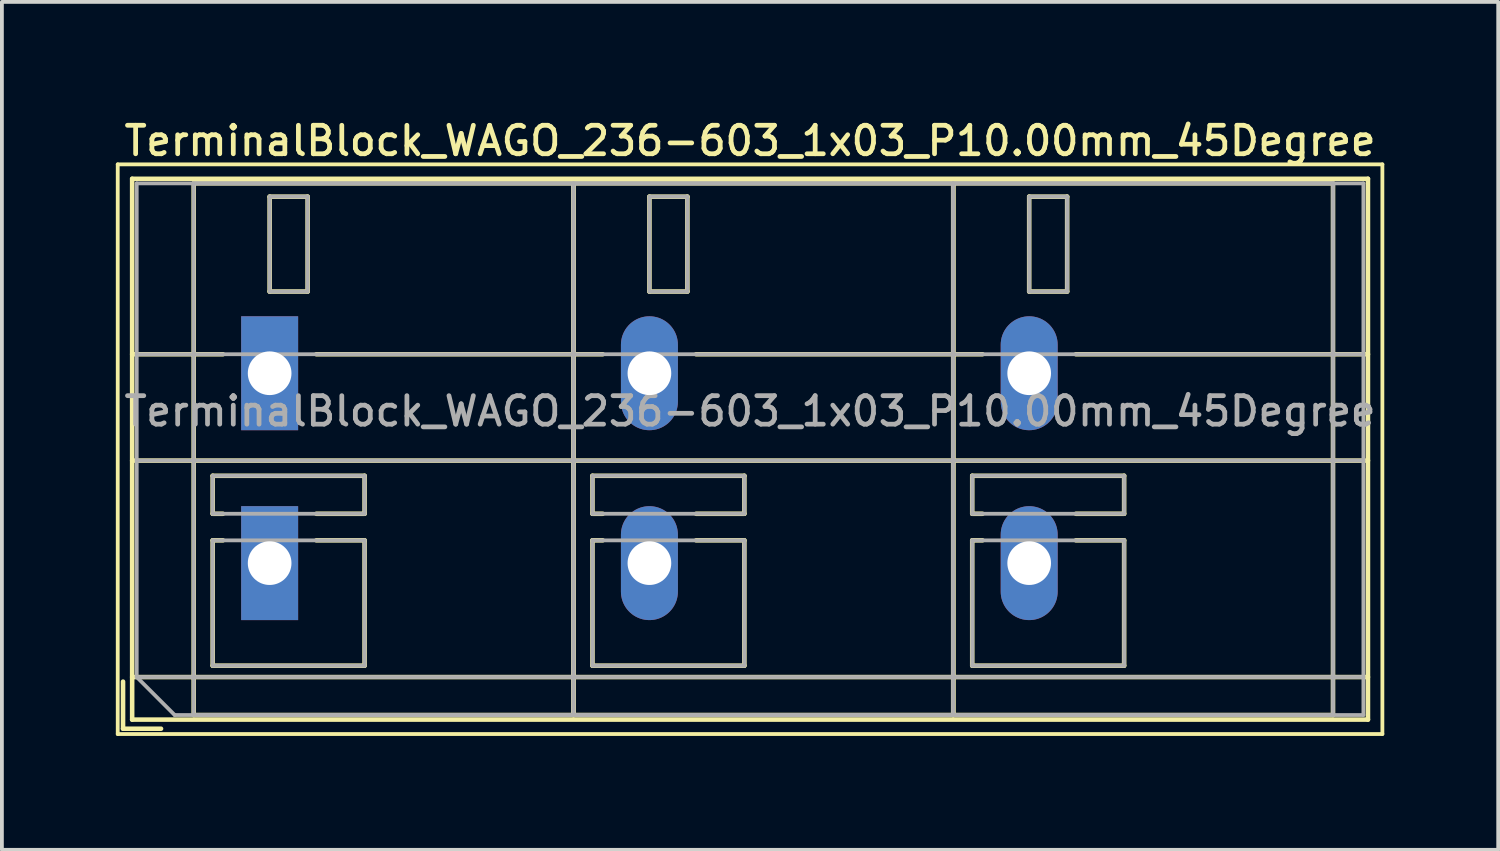
<source format=kicad_pcb>
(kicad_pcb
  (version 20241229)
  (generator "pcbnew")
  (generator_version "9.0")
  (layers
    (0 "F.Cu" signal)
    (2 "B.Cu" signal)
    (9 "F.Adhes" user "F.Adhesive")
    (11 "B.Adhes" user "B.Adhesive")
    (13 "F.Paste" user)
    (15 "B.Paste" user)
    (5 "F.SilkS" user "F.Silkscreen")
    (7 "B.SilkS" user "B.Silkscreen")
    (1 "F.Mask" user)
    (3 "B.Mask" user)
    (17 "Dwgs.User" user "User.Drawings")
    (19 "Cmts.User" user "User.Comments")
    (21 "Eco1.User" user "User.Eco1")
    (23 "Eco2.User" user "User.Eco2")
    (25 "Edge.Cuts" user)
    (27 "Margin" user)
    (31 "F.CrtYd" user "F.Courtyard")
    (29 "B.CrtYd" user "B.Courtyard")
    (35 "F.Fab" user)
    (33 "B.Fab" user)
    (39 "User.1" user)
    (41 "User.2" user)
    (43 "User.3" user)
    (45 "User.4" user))
  (footprint "TerminalBlock_WAGO_236-603_1x03_P10.00mm_45Degree"
    (layer "F.Cu")
    (at 4.05 6.778)
    (property "Reference" "TerminalBlock_WAGO_236-603_1x03_P10.00mm_45Degree" (at 12.65 -6.12 0) (layer "F.SilkS") (effects (font (size 0.75 0.75) (thickness 0.125))))
    (attr through_hole)
    (fp_line (start -4 -5.5) (end -4 9.5) (stroke (width 0.1) (type solid)) (layer "F.SilkS"))
    (fp_line (start -4 9.5) (end 29.3 9.5) (stroke (width 0.1) (type solid)) (layer "F.SilkS"))
    (fp_line (start -3.86 8.12) (end -3.86 9.36) (stroke (width 0.12) (type solid)) (layer "F.SilkS"))
    (fp_line (start -3.86 9.36) (end -2.86 9.36) (stroke (width 0.12) (type solid)) (layer "F.SilkS"))
    (fp_line (start -3.62 -5.12) (end -3.62 9.12) (stroke (width 0.12) (type solid)) (layer "F.SilkS"))
    (fp_line (start -3.62 -5.12) (end 28.92 -5.12) (stroke (width 0.12) (type solid)) (layer "F.SilkS"))
    (fp_line (start -3.62 -0.5) (end -1.23 -0.5) (stroke (width 0.12) (type solid)) (layer "F.SilkS"))
    (fp_line (start -3.62 2.3) (end 28.92 2.3) (stroke (width 0.12) (type solid)) (layer "F.SilkS"))
    (fp_line (start -3.62 8) (end 28.92 8) (stroke (width 0.12) (type solid)) (layer "F.SilkS"))
    (fp_line (start -3.62 9.12) (end 28.92 9.12) (stroke (width 0.12) (type solid)) (layer "F.SilkS"))
    (fp_line (start -2 -5) (end -2 9) (stroke (width 0.12) (type solid)) (layer "F.SilkS"))
    (fp_line (start -2 -5) (end 8 -5) (stroke (width 0.12) (type solid)) (layer "F.SilkS"))
    (fp_line (start -2 9) (end 8 9) (stroke (width 0.12) (type solid)) (layer "F.SilkS"))
    (fp_line (start -1.5 2.7) (end -1.5 3.7) (stroke (width 0.12) (type solid)) (layer "F.SilkS"))
    (fp_line (start -1.5 2.7) (end 2.5 2.7) (stroke (width 0.12) (type solid)) (layer "F.SilkS"))
    (fp_line (start -1.5 3.7) (end -1.23 3.7) (stroke (width 0.12) (type solid)) (layer "F.SilkS"))
    (fp_line (start -1.5 4.4) (end -1.5 7.7) (stroke (width 0.12) (type solid)) (layer "F.SilkS"))
    (fp_line (start -1.5 4.4) (end -1.23 4.4) (stroke (width 0.12) (type solid)) (layer "F.SilkS"))
    (fp_line (start -1.5 7.7) (end 2.5 7.7) (stroke (width 0.12) (type solid)) (layer "F.SilkS"))
    (fp_line (start 0 -4.65) (end 0 -2.151) (stroke (width 0.12) (type solid)) (layer "F.SilkS"))
    (fp_line (start 0 -4.65) (end 1 -4.65) (stroke (width 0.12) (type solid)) (layer "F.SilkS"))
    (fp_line (start 0 -2.151) (end 1 -2.151) (stroke (width 0.12) (type solid)) (layer "F.SilkS"))
    (fp_line (start 1 -4.65) (end 1 -2.151) (stroke (width 0.12) (type solid)) (layer "F.SilkS"))
    (fp_line (start 1.23 -0.5) (end 8.77 -0.5) (stroke (width 0.12) (type solid)) (layer "F.SilkS"))
    (fp_line (start 1.23 3.7) (end 2.5 3.7) (stroke (width 0.12) (type solid)) (layer "F.SilkS"))
    (fp_line (start 1.23 4.4) (end 2.5 4.4) (stroke (width 0.12) (type solid)) (layer "F.SilkS"))
    (fp_line (start 2.5 2.7) (end 2.5 3.7) (stroke (width 0.12) (type solid)) (layer "F.SilkS"))
    (fp_line (start 2.5 4.4) (end 2.5 7.7) (stroke (width 0.12) (type solid)) (layer "F.SilkS"))
    (fp_line (start 8 -5) (end 8 9) (stroke (width 0.12) (type solid)) (layer "F.SilkS"))
    (fp_line (start 8 -5) (end 8 9) (stroke (width 0.12) (type solid)) (layer "F.SilkS"))
    (fp_line (start 8 -5) (end 18 -5) (stroke (width 0.12) (type solid)) (layer "F.SilkS"))
    (fp_line (start 8 9) (end 18 9) (stroke (width 0.12) (type solid)) (layer "F.SilkS"))
    (fp_line (start 8.5 2.7) (end 8.5 3.7) (stroke (width 0.12) (type solid)) (layer "F.SilkS"))
    (fp_line (start 8.5 2.7) (end 12.5 2.7) (stroke (width 0.12) (type solid)) (layer "F.SilkS"))
    (fp_line (start 8.5 3.7) (end 8.77 3.7) (stroke (width 0.12) (type solid)) (layer "F.SilkS"))
    (fp_line (start 8.5 4.4) (end 8.5 7.7) (stroke (width 0.12) (type solid)) (layer "F.SilkS"))
    (fp_line (start 8.5 4.4) (end 8.77 4.4) (stroke (width 0.12) (type solid)) (layer "F.SilkS"))
    (fp_line (start 8.5 7.7) (end 12.5 7.7) (stroke (width 0.12) (type solid)) (layer "F.SilkS"))
    (fp_line (start 10 -4.65) (end 10 -2.151) (stroke (width 0.12) (type solid)) (layer "F.SilkS"))
    (fp_line (start 10 -4.65) (end 11 -4.65) (stroke (width 0.12) (type solid)) (layer "F.SilkS"))
    (fp_line (start 10 -2.151) (end 11 -2.151) (stroke (width 0.12) (type solid)) (layer "F.SilkS"))
    (fp_line (start 11 -4.65) (end 11 -2.151) (stroke (width 0.12) (type solid)) (layer "F.SilkS"))
    (fp_line (start 11.23 -0.5) (end 18.77 -0.5) (stroke (width 0.12) (type solid)) (layer "F.SilkS"))
    (fp_line (start 11.23 3.7) (end 12.5 3.7) (stroke (width 0.12) (type solid)) (layer "F.SilkS"))
    (fp_line (start 11.23 4.4) (end 12.5 4.4) (stroke (width 0.12) (type solid)) (layer "F.SilkS"))
    (fp_line (start 12.5 2.7) (end 12.5 3.7) (stroke (width 0.12) (type solid)) (layer "F.SilkS"))
    (fp_line (start 12.5 4.4) (end 12.5 7.7) (stroke (width 0.12) (type solid)) (layer "F.SilkS"))
    (fp_line (start 18 -5) (end 18 9) (stroke (width 0.12) (type solid)) (layer "F.SilkS"))
    (fp_line (start 18 -5) (end 18 9) (stroke (width 0.12) (type solid)) (layer "F.SilkS"))
    (fp_line (start 18 -5) (end 28 -5) (stroke (width 0.12) (type solid)) (layer "F.SilkS"))
    (fp_line (start 18 9) (end 28 9) (stroke (width 0.12) (type solid)) (layer "F.SilkS"))
    (fp_line (start 18.5 2.7) (end 18.5 3.7) (stroke (width 0.12) (type solid)) (layer "F.SilkS"))
    (fp_line (start 18.5 2.7) (end 22.5 2.7) (stroke (width 0.12) (type solid)) (layer "F.SilkS"))
    (fp_line (start 18.5 3.7) (end 18.77 3.7) (stroke (width 0.12) (type solid)) (layer "F.SilkS"))
    (fp_line (start 18.5 4.4) (end 18.5 7.7) (stroke (width 0.12) (type solid)) (layer "F.SilkS"))
    (fp_line (start 18.5 4.4) (end 18.77 4.4) (stroke (width 0.12) (type solid)) (layer "F.SilkS"))
    (fp_line (start 18.5 7.7) (end 22.5 7.7) (stroke (width 0.12) (type solid)) (layer "F.SilkS"))
    (fp_line (start 20 -4.65) (end 20 -2.151) (stroke (width 0.12) (type solid)) (layer "F.SilkS"))
    (fp_line (start 20 -4.65) (end 21 -4.65) (stroke (width 0.12) (type solid)) (layer "F.SilkS"))
    (fp_line (start 20 -2.151) (end 21 -2.151) (stroke (width 0.12) (type solid)) (layer "F.SilkS"))
    (fp_line (start 21 -4.65) (end 21 -2.151) (stroke (width 0.12) (type solid)) (layer "F.SilkS"))
    (fp_line (start 21.23 -0.5) (end 28.92 -0.5) (stroke (width 0.12) (type solid)) (layer "F.SilkS"))
    (fp_line (start 21.23 3.7) (end 22.5 3.7) (stroke (width 0.12) (type solid)) (layer "F.SilkS"))
    (fp_line (start 21.23 4.4) (end 22.5 4.4) (stroke (width 0.12) (type solid)) (layer "F.SilkS"))
    (fp_line (start 22.5 2.7) (end 22.5 3.7) (stroke (width 0.12) (type solid)) (layer "F.SilkS"))
    (fp_line (start 22.5 4.4) (end 22.5 7.7) (stroke (width 0.12) (type solid)) (layer "F.SilkS"))
    (fp_line (start 28 -5) (end 28 9) (stroke (width 0.12) (type solid)) (layer "F.SilkS"))
    (fp_line (start 28.92 -5.12) (end 28.92 9.12) (stroke (width 0.12) (type solid)) (layer "F.SilkS"))
    (fp_line (start 29.3 -5.5) (end -4 -5.5) (stroke (width 0.1) (type solid)) (layer "F.SilkS"))
    (fp_line (start 29.3 9.5) (end 29.3 -5.5) (stroke (width 0.1) (type solid)) (layer "F.SilkS"))
    (fp_line (start -3.5 -5) (end 28.8 -5) (stroke (width 0.1) (type solid)) (layer "F.Fab"))
    (fp_line (start -3.5 -0.5) (end 28.8 -0.5) (stroke (width 0.1) (type solid)) (layer "F.Fab"))
    (fp_line (start -3.5 2.3) (end 28.8 2.3) (stroke (width 0.1) (type solid)) (layer "F.Fab"))
    (fp_line (start -3.5 8) (end -3.5 -5) (stroke (width 0.1) (type solid)) (layer "F.Fab"))
    (fp_line (start -3.5 8) (end 28.8 8) (stroke (width 0.1) (type solid)) (layer "F.Fab"))
    (fp_line (start -2.5 9) (end -3.5 8) (stroke (width 0.1) (type solid)) (layer "F.Fab"))
    (fp_line (start -2 -5) (end -2 9) (stroke (width 0.1) (type solid)) (layer "F.Fab"))
    (fp_line (start -2 9) (end 8 9) (stroke (width 0.1) (type solid)) (layer "F.Fab"))
    (fp_line (start -1.5 2.7) (end -1.5 3.7) (stroke (width 0.1) (type solid)) (layer "F.Fab"))
    (fp_line (start -1.5 3.7) (end 2.5 3.7) (stroke (width 0.1) (type solid)) (layer "F.Fab"))
    (fp_line (start -1.5 4.4) (end -1.5 7.7) (stroke (width 0.1) (type solid)) (layer "F.Fab"))
    (fp_line (start -1.5 7.7) (end 2.5 7.7) (stroke (width 0.1) (type solid)) (layer "F.Fab"))
    (fp_line (start 0 -4.65) (end 0 -2.15) (stroke (width 0.1) (type solid)) (layer "F.Fab"))
    (fp_line (start 0 -2.15) (end 1 -2.15) (stroke (width 0.1) (type solid)) (layer "F.Fab"))
    (fp_line (start 1 -4.65) (end 0 -4.65) (stroke (width 0.1) (type solid)) (layer "F.Fab"))
    (fp_line (start 1 -2.15) (end 1 -4.65) (stroke (width 0.1) (type solid)) (layer "F.Fab"))
    (fp_line (start 2.5 2.7) (end -1.5 2.7) (stroke (width 0.1) (type solid)) (layer "F.Fab"))
    (fp_line (start 2.5 3.7) (end 2.5 2.7) (stroke (width 0.1) (type solid)) (layer "F.Fab"))
    (fp_line (start 2.5 4.4) (end -1.5 4.4) (stroke (width 0.1) (type solid)) (layer "F.Fab"))
    (fp_line (start 2.5 7.7) (end 2.5 4.4) (stroke (width 0.1) (type solid)) (layer "F.Fab"))
    (fp_line (start 8 -5) (end -2 -5) (stroke (width 0.1) (type solid)) (layer "F.Fab"))
    (fp_line (start 8 -5) (end 8 9) (stroke (width 0.1) (type solid)) (layer "F.Fab"))
    (fp_line (start 8 9) (end 8 -5) (stroke (width 0.1) (type solid)) (layer "F.Fab"))
    (fp_line (start 8 9) (end 18 9) (stroke (width 0.1) (type solid)) (layer "F.Fab"))
    (fp_line (start 8.5 2.7) (end 8.5 3.7) (stroke (width 0.1) (type solid)) (layer "F.Fab"))
    (fp_line (start 8.5 3.7) (end 12.5 3.7) (stroke (width 0.1) (type solid)) (layer "F.Fab"))
    (fp_line (start 8.5 4.4) (end 8.5 7.7) (stroke (width 0.1) (type solid)) (layer "F.Fab"))
    (fp_line (start 8.5 7.7) (end 12.5 7.7) (stroke (width 0.1) (type solid)) (layer "F.Fab"))
    (fp_line (start 10 -4.65) (end 10 -2.15) (stroke (width 0.1) (type solid)) (layer "F.Fab"))
    (fp_line (start 10 -2.15) (end 11 -2.15) (stroke (width 0.1) (type solid)) (layer "F.Fab"))
    (fp_line (start 11 -4.65) (end 10 -4.65) (stroke (width 0.1) (type solid)) (layer "F.Fab"))
    (fp_line (start 11 -2.15) (end 11 -4.65) (stroke (width 0.1) (type solid)) (layer "F.Fab"))
    (fp_line (start 12.5 2.7) (end 8.5 2.7) (stroke (width 0.1) (type solid)) (layer "F.Fab"))
    (fp_line (start 12.5 3.7) (end 12.5 2.7) (stroke (width 0.1) (type solid)) (layer "F.Fab"))
    (fp_line (start 12.5 4.4) (end 8.5 4.4) (stroke (width 0.1) (type solid)) (layer "F.Fab"))
    (fp_line (start 12.5 7.7) (end 12.5 4.4) (stroke (width 0.1) (type solid)) (layer "F.Fab"))
    (fp_line (start 18 -5) (end 8 -5) (stroke (width 0.1) (type solid)) (layer "F.Fab"))
    (fp_line (start 18 -5) (end 18 9) (stroke (width 0.1) (type solid)) (layer "F.Fab"))
    (fp_line (start 18 9) (end 18 -5) (stroke (width 0.1) (type solid)) (layer "F.Fab"))
    (fp_line (start 18 9) (end 28 9) (stroke (width 0.1) (type solid)) (layer "F.Fab"))
    (fp_line (start 18.5 2.7) (end 18.5 3.7) (stroke (width 0.1) (type solid)) (layer "F.Fab"))
    (fp_line (start 18.5 3.7) (end 22.5 3.7) (stroke (width 0.1) (type solid)) (layer "F.Fab"))
    (fp_line (start 18.5 4.4) (end 18.5 7.7) (stroke (width 0.1) (type solid)) (layer "F.Fab"))
    (fp_line (start 18.5 7.7) (end 22.5 7.7) (stroke (width 0.1) (type solid)) (layer "F.Fab"))
    (fp_line (start 20 -4.65) (end 20 -2.15) (stroke (width 0.1) (type solid)) (layer "F.Fab"))
    (fp_line (start 20 -2.15) (end 21 -2.15) (stroke (width 0.1) (type solid)) (layer "F.Fab"))
    (fp_line (start 21 -4.65) (end 20 -4.65) (stroke (width 0.1) (type solid)) (layer "F.Fab"))
    (fp_line (start 21 -2.15) (end 21 -4.65) (stroke (width 0.1) (type solid)) (layer "F.Fab"))
    (fp_line (start 22.5 2.7) (end 18.5 2.7) (stroke (width 0.1) (type solid)) (layer "F.Fab"))
    (fp_line (start 22.5 3.7) (end 22.5 2.7) (stroke (width 0.1) (type solid)) (layer "F.Fab"))
    (fp_line (start 22.5 4.4) (end 18.5 4.4) (stroke (width 0.1) (type solid)) (layer "F.Fab"))
    (fp_line (start 22.5 7.7) (end 22.5 4.4) (stroke (width 0.1) (type solid)) (layer "F.Fab"))
    (fp_line (start 28 -5) (end 18 -5) (stroke (width 0.1) (type solid)) (layer "F.Fab"))
    (fp_line (start 28 9) (end 28 -5) (stroke (width 0.1) (type solid)) (layer "F.Fab"))
    (fp_line (start 28.8 -5) (end 28.8 9) (stroke (width 0.1) (type solid)) (layer "F.Fab"))
    (fp_line (start 28.8 9) (end -2.5 9) (stroke (width 0.1) (type solid)) (layer "F.Fab"))
    (fp_text user "${REFERENCE}" (at 12.65 1 0) (layer "F.Fab") (effects (font (size 0.75 0.75) (thickness 0.125))))
    (pad "1" thru_hole rect (at 0 0) (size 1.5 3) (drill 1.15) (layers "*.Cu" "*.Mask"))
    (pad "1" thru_hole rect (at 0 5) (size 1.5 3) (drill 1.15) (layers "*.Cu" "*.Mask"))
    (pad "2" thru_hole oval (at 10 0) (size 1.5 3) (drill 1.15) (layers "*.Cu" "*.Mask"))
    (pad "2" thru_hole oval (at 10 5) (size 1.5 3) (drill 1.15) (layers "*.Cu" "*.Mask"))
    (pad "3" thru_hole oval (at 20 0) (size 1.5 3) (drill 1.15) (layers "*.Cu" "*.Mask"))
    (pad "3" thru_hole oval (at 20 5) (size 1.5 3) (drill 1.15) (layers "*.Cu" "*.Mask")))
  (gr_rect
    (start -3 -3)
    (end 36.4 19.328)
    (stroke (width 0.1) (type default))
    (fill no)
    (layer "Edge.Cuts")))
</source>
